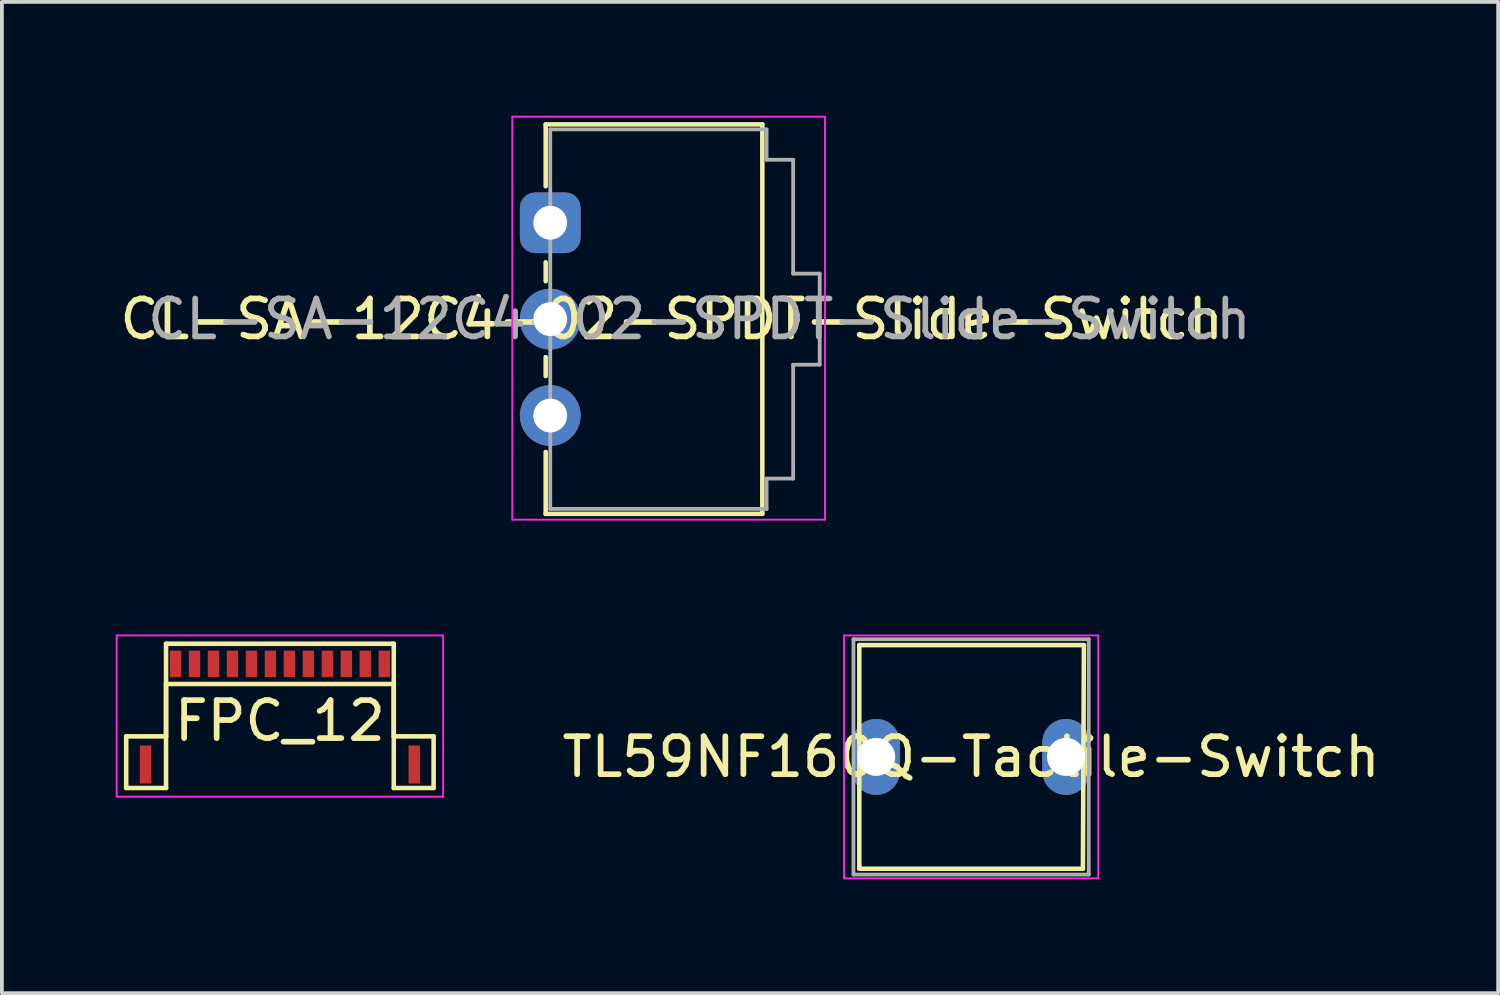
<source format=kicad_pcb>
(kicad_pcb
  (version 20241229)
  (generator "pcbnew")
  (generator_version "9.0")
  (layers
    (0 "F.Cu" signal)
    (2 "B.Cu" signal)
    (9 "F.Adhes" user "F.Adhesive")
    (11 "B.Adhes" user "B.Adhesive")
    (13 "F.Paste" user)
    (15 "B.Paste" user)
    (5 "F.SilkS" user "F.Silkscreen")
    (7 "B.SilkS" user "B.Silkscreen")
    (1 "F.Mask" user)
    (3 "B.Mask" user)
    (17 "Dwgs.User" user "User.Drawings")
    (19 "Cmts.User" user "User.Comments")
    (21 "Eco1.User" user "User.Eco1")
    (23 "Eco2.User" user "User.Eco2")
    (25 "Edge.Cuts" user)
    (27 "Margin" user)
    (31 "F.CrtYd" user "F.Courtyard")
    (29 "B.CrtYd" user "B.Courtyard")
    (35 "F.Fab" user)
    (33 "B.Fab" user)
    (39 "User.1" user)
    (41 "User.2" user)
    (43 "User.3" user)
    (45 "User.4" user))
  (footprint "CL-SA-12C4-02-SPDT-Slide-Switch"
    (layer "F.Cu")
    (at 11.448 2.819)
    (property "Reference" "CL-SA-12C4-02-SPDT-Slide-Switch" (at 3.2 2.54 180) (layer "F.SilkS") (effects (font (size 1 1) (thickness 0.15))))
    (attr through_hole)
    (fp_line (start -0.12 -2.591) (end -0.12 -0.96) (stroke (width 0.12) (type solid)) (layer "F.SilkS"))
    (fp_line (start -0.12 1.54) (end -0.12 1.04) (stroke (width 0.12) (type solid)) (layer "F.SilkS"))
    (fp_line (start -0.12 4.04) (end -0.12 3.54) (stroke (width 0.12) (type solid)) (layer "F.SilkS"))
    (fp_line (start -0.12 7.671) (end -0.12 6.04) (stroke (width 0.12) (type solid)) (layer "F.SilkS"))
    (fp_line (start -0.12 7.671) (end 5.588 7.671) (stroke (width 0.12) (type solid)) (layer "F.SilkS"))
    (fp_line (start 5.588 -2.591) (end -0.12 -2.591) (stroke (width 0.12) (type solid)) (layer "F.SilkS"))
    (fp_line (start 5.588 7.671) (end 5.588 -2.591) (stroke (width 0.12) (type solid)) (layer "F.SilkS"))
    (fp_line (start -1 -2.794) (end 7.239 -2.794) (stroke (width 0.05) (type default)) (layer "F.CrtYd"))
    (fp_line (start -1 2.54) (end -1 -2.794) (stroke (width 0.05) (type solid)) (layer "F.CrtYd"))
    (fp_line (start -1 2.54) (end -1 7.823) (stroke (width 0.05) (type default)) (layer "F.CrtYd"))
    (fp_line (start 7.239 -2.794) (end 7.239 7.823) (stroke (width 0.05) (type default)) (layer "F.CrtYd"))
    (fp_line (start 7.239 7.823) (end -1 7.823) (stroke (width 0.05) (type default)) (layer "F.CrtYd"))
    (fp_line (start 0 -2.46) (end 5.7 -2.46) (stroke (width 0.1) (type solid)) (layer "F.Fab"))
    (fp_line (start 0 7.54) (end 0 -2.46) (stroke (width 0.1) (type solid)) (layer "F.Fab"))
    (fp_line (start 5.7 -2.46) (end 5.7 -1.66) (stroke (width 0.1) (type default)) (layer "F.Fab"))
    (fp_line (start 5.7 -1.66) (end 6.4 -1.66) (stroke (width 0.1) (type default)) (layer "F.Fab"))
    (fp_line (start 5.7 6.74) (end 6.4 6.74) (stroke (width 0.1) (type default)) (layer "F.Fab"))
    (fp_line (start 5.7 7.54) (end 0 7.54) (stroke (width 0.1) (type solid)) (layer "F.Fab"))
    (fp_line (start 5.7 7.54) (end 5.7 6.74) (stroke (width 0.1) (type default)) (layer "F.Fab"))
    (fp_line (start 6.4 -1.66) (end 6.4 1.34) (stroke (width 0.1) (type default)) (layer "F.Fab"))
    (fp_line (start 6.4 1.34) (end 7.1 1.34) (stroke (width 0.1) (type solid)) (layer "F.Fab"))
    (fp_line (start 6.4 3.74) (end 7.1 3.74) (stroke (width 0.1) (type solid)) (layer "F.Fab"))
    (fp_line (start 6.4 6.74) (end 6.4 3.74) (stroke (width 0.1) (type default)) (layer "F.Fab"))
    (fp_line (start 7.1 3.74) (end 7.1 1.34) (stroke (width 0.1) (type solid)) (layer "F.Fab"))
    (fp_text user "${REFERENCE}" (at 3.93 2.54 180) (layer "F.Fab") (effects (font (size 1 1) (thickness 0.15))))
    (pad "1" thru_hole roundrect (at 0 0 180) (size 1.6 1.6) (drill 0.89) (layers "*.Cu" "*.Mask") (roundrect_rratio 0.25))
    (pad "2" thru_hole circle (at 0 2.54 180) (size 1.6 1.6) (drill 0.89) (layers "*.Cu" "*.Mask"))
    (pad "3" thru_hole circle (at 0 5.08 180) (size 1.6 1.6) (drill 0.89) (layers "*.Cu" "*.Mask")))
  (footprint "TL59NF160Q-Tactile-Switch"
    (layer "F.Cu")
    (at 22.537 16.893)
    (property "Reference" "TL59NF160Q-Tactile-Switch" (at 0 0 0) (layer "F.SilkS") (effects (font (size 1 1) (thickness 0.15))))
    (attr through_hole)
    (fp_line (start -2.946 -2.946) (end 2.972 -2.946) (stroke (width 0.12) (type default)) (layer "F.SilkS"))
    (fp_line (start -2.946 2.946) (end -2.946 -2.946) (stroke (width 0.12) (type default)) (layer "F.SilkS"))
    (fp_line (start 2.946 2.946) (end -2.946 2.946) (stroke (width 0.12) (type default)) (layer "F.SilkS"))
    (fp_line (start 2.972 -2.946) (end 2.946 2.946) (stroke (width 0.12) (type default)) (layer "F.SilkS"))
    (fp_line (start -3.35 -3.2) (end 3.35 -3.2) (stroke (width 0.05) (type default)) (layer "F.CrtYd"))
    (fp_line (start -3.35 3.2) (end -3.35 -3.2) (stroke (width 0.05) (type default)) (layer "F.CrtYd"))
    (fp_line (start 3.35 -3.2) (end 3.35 3.2) (stroke (width 0.05) (type default)) (layer "F.CrtYd"))
    (fp_line (start 3.35 3.2) (end -3.35 3.2) (stroke (width 0.05) (type default)) (layer "F.CrtYd"))
    (fp_line (start -3.1 -3.1) (end -3.1 3.1) (stroke (width 0.1) (type default)) (layer "F.Fab"))
    (fp_line (start -3.1 -3.1) (end 3.1 -3.1) (stroke (width 0.1) (type default)) (layer "F.Fab"))
    (fp_line (start -3.1 3.1) (end 3.1 3.1) (stroke (width 0.1) (type default)) (layer "F.Fab"))
    (fp_line (start 3.1 -3.1) (end 3.1 3.1) (stroke (width 0.1) (type default)) (layer "F.Fab"))
    (pad "1" thru_hole oval (at -2.5 0) (size 1.25 2) (drill 1) (layers "*.Cu" "*.Mask"))
    (pad "2" thru_hole oval (at 2.5 0) (size 1.25 2) (drill 1) (layers "*.Cu" "*.Mask")))
  (footprint "FPC_12"
    (layer "F.Cu")
    (at 4.325 14.442)
    (property "Reference" "FPC_12" (at 0 1.5 0) (layer "F.SilkS") (effects (font (size 1 1) (thickness 0.15))))
    (attr smd)
    (fp_line (start -4.05 1.91) (end -3 1.91) (stroke (width 0.12) (type default)) (layer "F.SilkS"))
    (fp_line (start -4.05 3.27) (end -4.05 1.91) (stroke (width 0.12) (type default)) (layer "F.SilkS"))
    (fp_line (start -3 -0.53) (end 3 -0.53) (stroke (width 0.12) (type default)) (layer "F.SilkS"))
    (fp_line (start -3 0.53) (end -3 3.27) (stroke (width 0.12) (type default)) (layer "F.SilkS"))
    (fp_line (start -3 0.53) (end 3 0.53) (stroke (width 0.12) (type default)) (layer "F.SilkS"))
    (fp_line (start -3 1.91) (end -3 -0.53) (stroke (width 0.12) (type default)) (layer "F.SilkS"))
    (fp_line (start -3 3.27) (end -4.05 3.27) (stroke (width 0.12) (type default)) (layer "F.SilkS"))
    (fp_line (start 3 0.53) (end 3 3.27) (stroke (width 0.12) (type default)) (layer "F.SilkS"))
    (fp_line (start 3 1.91) (end 3 -0.53) (stroke (width 0.12) (type default)) (layer "F.SilkS"))
    (fp_line (start 3 3.27) (end 4.05 3.27) (stroke (width 0.12) (type default)) (layer "F.SilkS"))
    (fp_line (start 4.05 1.91) (end 3 1.91) (stroke (width 0.12) (type default)) (layer "F.SilkS"))
    (fp_line (start 4.05 3.27) (end 4.05 1.91) (stroke (width 0.12) (type default)) (layer "F.SilkS"))
    (fp_line (start -4.3 -0.75) (end -4.3 3.5) (stroke (width 0.05) (type default)) (layer "F.CrtYd"))
    (fp_line (start -4.3 -0.75) (end 4.3 -0.75) (stroke (width 0.05) (type default)) (layer "F.CrtYd"))
    (fp_line (start -4.3 3.5) (end 4.3 3.5) (stroke (width 0.05) (type default)) (layer "F.CrtYd"))
    (fp_line (start 4.3 -0.75) (end 4.3 3.5) (stroke (width 0.05) (type default)) (layer "F.CrtYd"))
    (pad "0" smd rect (at -3.54 2.65) (size 0.3 1) (layers "F.Cu" "F.Mask" "F.Paste"))
    (pad "0" smd rect (at 3.54 2.65) (size 0.3 1) (layers "F.Cu" "F.Mask" "F.Paste"))
    (pad "1" smd rect (at -2.75 0) (size 0.3 0.7) (layers "F.Cu" "F.Mask" "F.Paste"))
    (pad "2" smd rect (at -2.25 0) (size 0.3 0.7) (layers "F.Cu" "F.Mask" "F.Paste"))
    (pad "3" smd rect (at -1.75 0) (size 0.3 0.7) (layers "F.Cu" "F.Mask" "F.Paste"))
    (pad "4" smd rect (at -1.25 0) (size 0.3 0.7) (layers "F.Cu" "F.Mask" "F.Paste"))
    (pad "5" smd rect (at -0.75 0) (size 0.3 0.7) (layers "F.Cu" "F.Mask" "F.Paste"))
    (pad "6" smd rect (at -0.25 0) (size 0.3 0.7) (layers "F.Cu" "F.Mask" "F.Paste"))
    (pad "7" smd rect (at 0.25 0) (size 0.3 0.7) (layers "F.Cu" "F.Mask" "F.Paste"))
    (pad "8" smd rect (at 0.75 0) (size 0.3 0.7) (layers "F.Cu" "F.Mask" "F.Paste"))
    (pad "9" smd rect (at 1.25 0) (size 0.3 0.7) (layers "F.Cu" "F.Mask" "F.Paste"))
    (pad "10" smd rect (at 1.75 0) (size 0.3 0.7) (layers "F.Cu" "F.Mask" "F.Paste"))
    (pad "11" smd rect (at 2.25 0) (size 0.3 0.7) (layers "F.Cu" "F.Mask" "F.Paste"))
    (pad "12" smd rect (at 2.75 0) (size 0.3 0.7) (layers "F.Cu" "F.Mask" "F.Paste")))
  (gr_rect
    (start -3 -3)
    (end 36.424 23.118)
    (stroke (width 0.1) (type default))
    (fill no)
    (layer "Edge.Cuts")))
</source>
